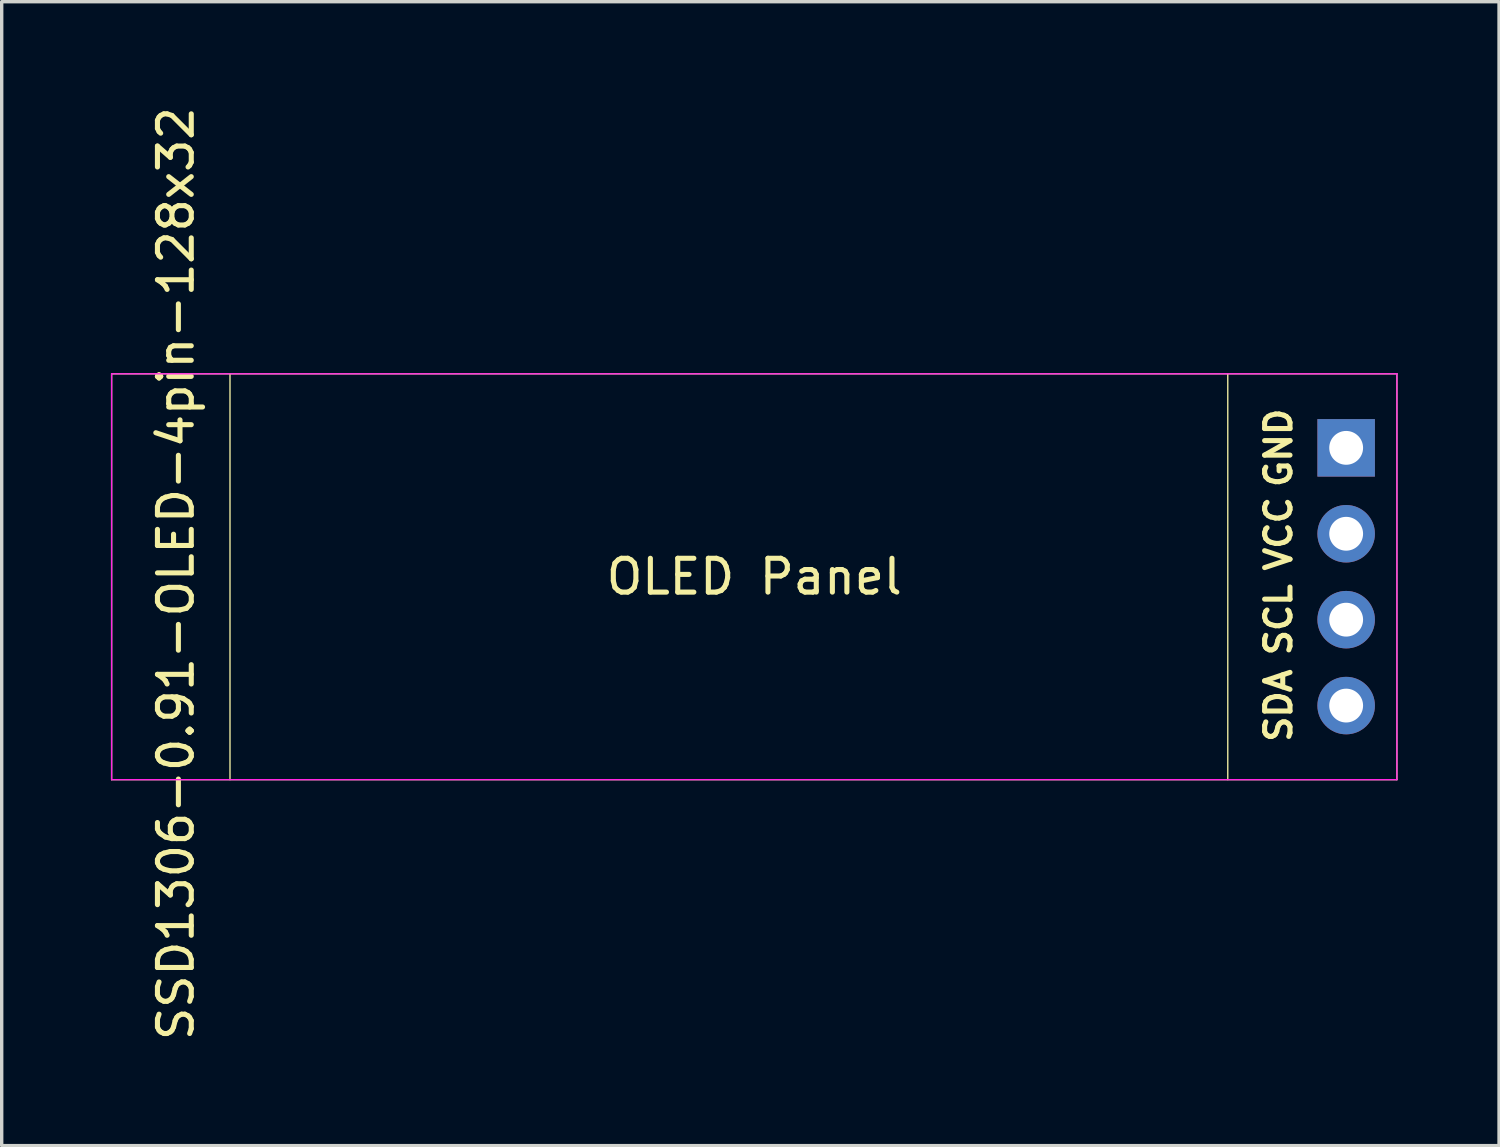
<source format=kicad_pcb>
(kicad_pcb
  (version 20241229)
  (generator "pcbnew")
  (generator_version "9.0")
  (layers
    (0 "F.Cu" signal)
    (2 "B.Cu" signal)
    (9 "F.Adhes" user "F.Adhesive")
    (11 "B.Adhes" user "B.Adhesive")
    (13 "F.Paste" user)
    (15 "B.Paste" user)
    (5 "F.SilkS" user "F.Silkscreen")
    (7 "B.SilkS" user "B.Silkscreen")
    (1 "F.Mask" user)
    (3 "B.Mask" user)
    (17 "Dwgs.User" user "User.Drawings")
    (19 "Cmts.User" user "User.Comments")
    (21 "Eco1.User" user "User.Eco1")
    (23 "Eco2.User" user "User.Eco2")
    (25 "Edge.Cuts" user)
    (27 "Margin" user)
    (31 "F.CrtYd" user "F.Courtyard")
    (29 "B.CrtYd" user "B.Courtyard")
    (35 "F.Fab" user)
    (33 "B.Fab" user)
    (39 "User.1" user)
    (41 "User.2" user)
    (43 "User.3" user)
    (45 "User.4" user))
  (footprint "SSD1306-0.91-OLED-4pin-128x32"
    (layer "F.Cu")
    (at 0.25 8.001)
    (property "Reference" "SSD1306-0.91-OLED-4pin-128x32" (at 1.9 5.91 90) (layer "F.SilkS") (effects (font (size 1 1) (thickness 0.15))))
    (attr through_hole)
    (fp_line (start 0 0) (end 0 12) (stroke (width 0.04) (type solid)) (layer "F.SilkS"))
    (fp_line (start 0 12) (end 38 12) (stroke (width 0.04) (type solid)) (layer "F.SilkS"))
    (fp_line (start 3.5 0) (end 3.5 12) (stroke (width 0.04) (type solid)) (layer "F.SilkS"))
    (fp_line (start 33 0) (end 33 12) (stroke (width 0.04) (type solid)) (layer "F.SilkS"))
    (fp_line (start 38 0) (end 0 0) (stroke (width 0.04) (type solid)) (layer "F.SilkS"))
    (fp_line (start 38 12) (end 38 0) (stroke (width 0.04) (type solid)) (layer "F.SilkS"))
    (fp_line (start 0 0) (end 0 12) (stroke (width 0.04) (type solid)) (layer "F.CrtYd"))
    (fp_line (start 0 12) (end 38 12) (stroke (width 0.04) (type solid)) (layer "F.CrtYd"))
    (fp_line (start 38 0) (end 0 0) (stroke (width 0.04) (type solid)) (layer "F.CrtYd"))
    (fp_line (start 38 12) (end 38 0) (stroke (width 0.04) (type solid)) (layer "F.CrtYd"))
    (fp_text user "OLED Panel" (at 19 6 0) (layer "F.SilkS") (effects (font (size 1 1) (thickness 0.15))))
    (fp_text user "VCC" (at 34.5 4.73 270) (layer "F.SilkS") (effects (font (size 0.75 0.75) (thickness 0.15))))
    (fp_text user "SCL" (at 34.5 7.27 270) (layer "F.SilkS") (effects (font (size 0.75 0.75) (thickness 0.15))))
    (fp_text user "GND" (at 34.5 2.19 270) (layer "F.SilkS") (effects (font (size 0.75 0.75) (thickness 0.15))))
    (fp_text user "SDA" (at 34.5 9.81 270) (layer "F.SilkS") (effects (font (size 0.75 0.75) (thickness 0.15))))
    (pad "8" thru_hole rect (at 36.5 2.19) (size 1.7 1.7) (drill 1) (layers "*.Cu" "*.Mask"))
    (pad "10" thru_hole oval (at 36.5 7.27) (size 1.7 1.7) (drill 1) (layers "*.Cu" "*.Mask"))
    (pad "11" thru_hole oval (at 36.5 9.81) (size 1.7 1.7) (drill 1) (layers "*.Cu" "*.Mask"))
    (pad "14" thru_hole oval (at 36.5 4.73) (size 1.7 1.7) (drill 1) (layers "*.Cu" "*.Mask")))
  (gr_rect
    (start -3 -3)
    (end 41.27 30.821)
    (stroke (width 0.1) (type default))
    (fill no)
    (layer "Edge.Cuts")))
</source>
